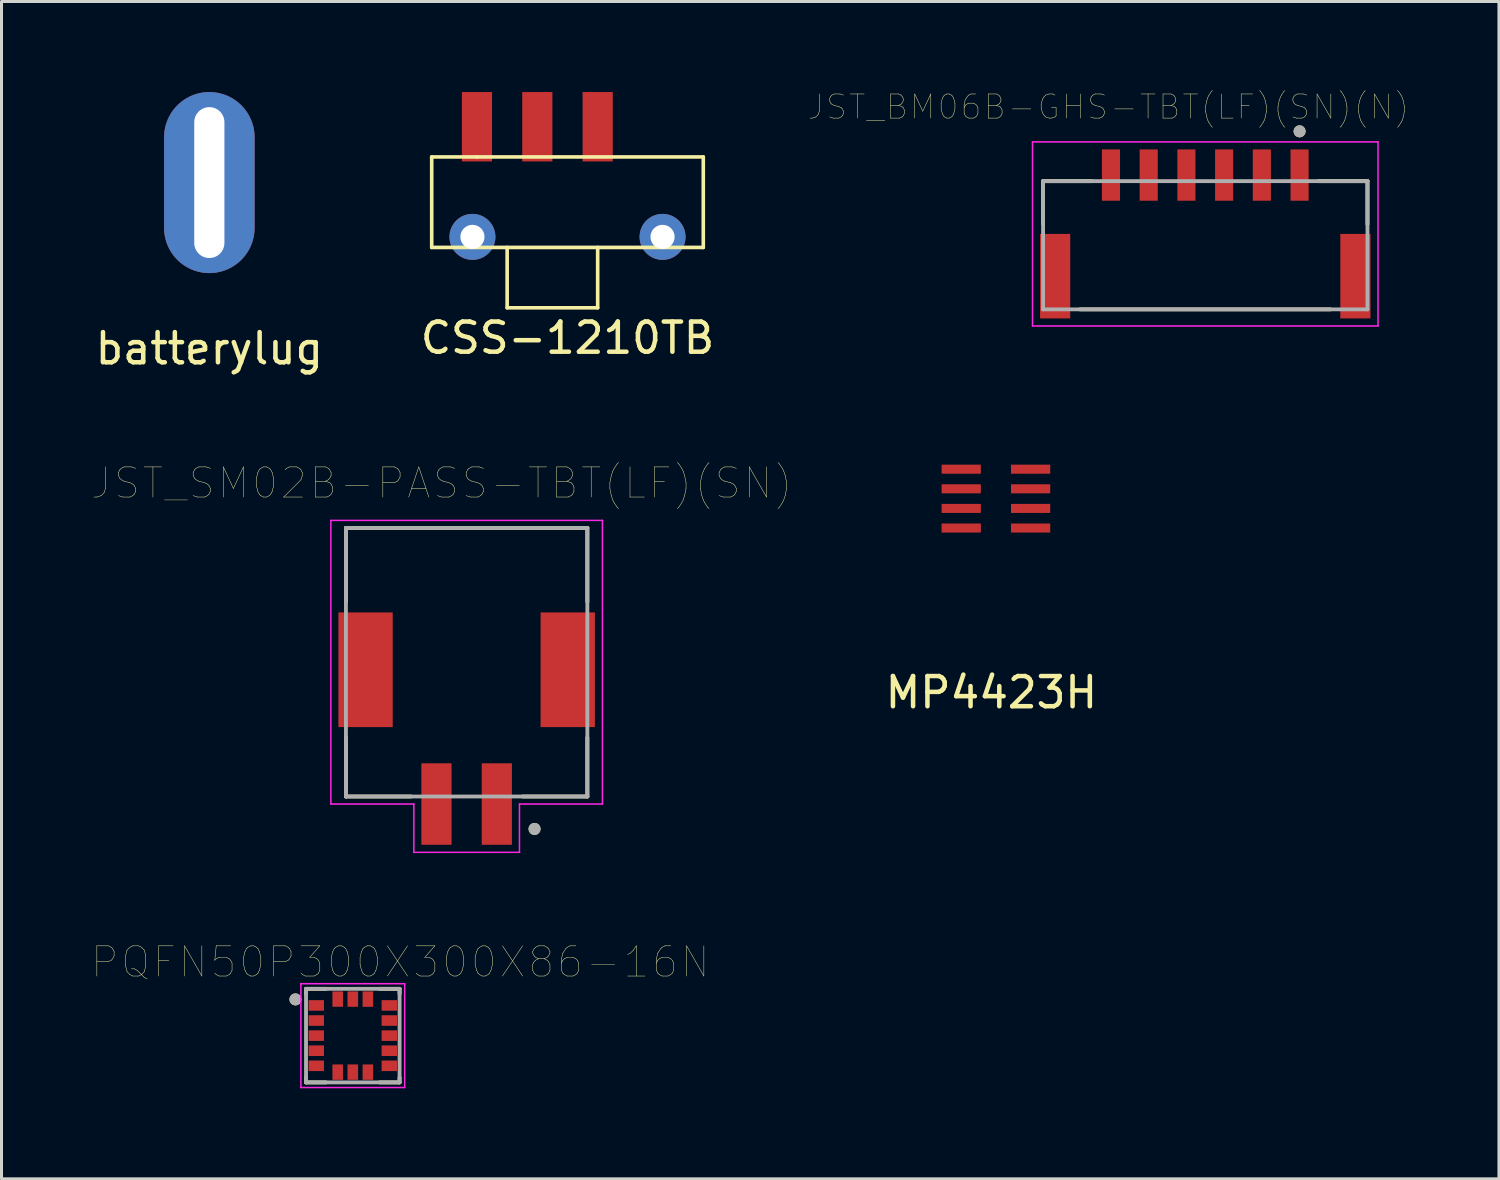
<source format=kicad_pcb>
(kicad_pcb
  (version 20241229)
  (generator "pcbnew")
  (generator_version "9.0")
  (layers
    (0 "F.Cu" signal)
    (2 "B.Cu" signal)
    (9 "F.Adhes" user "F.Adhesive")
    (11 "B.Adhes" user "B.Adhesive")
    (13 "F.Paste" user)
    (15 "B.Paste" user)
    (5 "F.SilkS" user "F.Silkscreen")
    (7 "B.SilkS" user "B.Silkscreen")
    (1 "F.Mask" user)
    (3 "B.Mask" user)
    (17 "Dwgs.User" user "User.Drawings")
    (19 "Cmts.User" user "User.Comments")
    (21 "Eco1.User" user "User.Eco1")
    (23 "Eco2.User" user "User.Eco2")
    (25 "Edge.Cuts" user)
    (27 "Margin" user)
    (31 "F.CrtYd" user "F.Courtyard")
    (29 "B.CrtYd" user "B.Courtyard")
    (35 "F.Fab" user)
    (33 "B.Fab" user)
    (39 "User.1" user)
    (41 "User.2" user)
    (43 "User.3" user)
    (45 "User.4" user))
  (footprint "batterylug"
    (layer "F.Cu")
    (at 3.887 8)
    (property "Reference" "batterylug" (at 0 0.5 0) (layer "F.SilkS") (effects (font (size 1 1) (thickness 0.15))))
    (attr through_hole)
    (pad "1" thru_hole oval (at 0 -5) (size 3 6) (drill oval 1 5) (layers "*.Cu" "*.Mask")))
  (footprint "JST_SM02B-PASS-TBT(LF)(SN)"
    (layer "F.Cu")
    (at 12.414 19.695)
    (property "Reference" "JST_SM02B-PASS-TBT(LF)(SN)" (at -0.825 -6.735 0) (layer "F.SilkS") (effects (font (size 1 1) (thickness 0.015))))
    (attr through_hole)
    (fp_line (start -4 -5.25) (end 4 -5.25) (stroke (width 0.127) (type solid)) (layer "F.SilkS"))
    (fp_line (start -4 -2.8) (end -4 -5.25) (stroke (width 0.127) (type solid)) (layer "F.SilkS"))
    (fp_line (start -4 1.7) (end -4 3.65) (stroke (width 0.127) (type solid)) (layer "F.SilkS"))
    (fp_line (start -4 3.65) (end -1.85 3.65) (stroke (width 0.127) (type solid)) (layer "F.SilkS"))
    (fp_line (start 4 -5.25) (end 4 -2.8) (stroke (width 0.127) (type solid)) (layer "F.SilkS"))
    (fp_line (start 4 1.7) (end 4 3.65) (stroke (width 0.127) (type solid)) (layer "F.SilkS"))
    (fp_line (start 4 3.65) (end 1.85 3.65) (stroke (width 0.127) (type solid)) (layer "F.SilkS"))
    (fp_circle (center 2.25 4.725) (end 2.35 4.725) (stroke (width 0.2) (type solid)) (fill no) (layer "F.SilkS"))
    (fp_line (start -4.5 -5.5) (end -4.5 3.9) (stroke (width 0.05) (type solid)) (layer "F.CrtYd"))
    (fp_line (start -4.5 3.9) (end -1.75 3.9) (stroke (width 0.05) (type solid)) (layer "F.CrtYd"))
    (fp_line (start -1.75 3.9) (end -1.75 5.5) (stroke (width 0.05) (type solid)) (layer "F.CrtYd"))
    (fp_line (start -1.75 5.5) (end 1.75 5.5) (stroke (width 0.05) (type solid)) (layer "F.CrtYd"))
    (fp_line (start 1.75 3.9) (end 4.5 3.9) (stroke (width 0.05) (type solid)) (layer "F.CrtYd"))
    (fp_line (start 1.75 5.5) (end 1.75 3.9) (stroke (width 0.05) (type solid)) (layer "F.CrtYd"))
    (fp_line (start 4.5 -5.5) (end -4.5 -5.5) (stroke (width 0.05) (type solid)) (layer "F.CrtYd"))
    (fp_line (start 4.5 3.9) (end 4.5 -5.5) (stroke (width 0.05) (type solid)) (layer "F.CrtYd"))
    (fp_line (start -4 -5.25) (end -4 3.65) (stroke (width 0.127) (type solid)) (layer "F.Fab"))
    (fp_line (start -4 -5.25) (end 4 -5.25) (stroke (width 0.127) (type solid)) (layer "F.Fab"))
    (fp_line (start -4 3.65) (end 4 3.65) (stroke (width 0.127) (type solid)) (layer "F.Fab"))
    (fp_line (start 4 3.65) (end 4 -5.25) (stroke (width 0.127) (type solid)) (layer "F.Fab"))
    (fp_circle (center 2.25 4.725) (end 2.35 4.725) (stroke (width 0.2) (type solid)) (fill no) (layer "F.Fab"))
    (pad "1" smd rect (at 1 3.9) (size 1 2.7) (layers "F.Cu" "F.Mask" "F.Paste"))
    (pad "2" smd rect (at -1 3.9) (size 1 2.7) (layers "F.Cu" "F.Mask" "F.Paste"))
    (pad "S1" smd rect (at 3.35 -0.55) (size 1.8 3.8) (layers "F.Cu" "F.Mask" "F.Paste"))
    (pad "S2" smd rect (at -3.35 -0.55) (size 1.8 3.8) (layers "F.Cu" "F.Mask" "F.Paste")))
  (footprint "CSS-1210TB"
    (layer "F.Cu")
    (at 15.756 1.15)
    (property "Reference" "CSS-1210TB" (at 0 7 0) (layer "F.SilkS") (effects (font (size 1 1) (thickness 0.15))))
    (attr through_hole)
    (fp_line (start -4.5 1) (end -4.5 4) (stroke (width 0.12) (type solid)) (layer "F.SilkS"))
    (fp_line (start -4.5 4) (end 4.5 4) (stroke (width 0.12) (type solid)) (layer "F.SilkS"))
    (fp_line (start -3 1) (end -4.5 1) (stroke (width 0.12) (type solid)) (layer "F.SilkS"))
    (fp_line (start -3 1) (end 4.5 1) (stroke (width 0.12) (type solid)) (layer "F.SilkS"))
    (fp_line (start -2 4) (end -2 6) (stroke (width 0.12) (type solid)) (layer "F.SilkS"))
    (fp_line (start -2 6) (end 1 6) (stroke (width 0.12) (type solid)) (layer "F.SilkS"))
    (fp_line (start 1 6) (end 1 4) (stroke (width 0.12) (type solid)) (layer "F.SilkS"))
    (fp_line (start 4.5 4) (end 4.5 1) (stroke (width 0.12) (type solid)) (layer "F.SilkS"))
    (pad "1" smd rect (at -3 0) (size 1 2.3) (layers "F.Cu" "F.Mask" "F.Paste"))
    (pad "2" smd rect (at -1 0) (size 1 2.3) (layers "F.Cu" "F.Mask" "F.Paste"))
    (pad "3" smd rect (at 1 0) (size 1 2.3) (layers "F.Cu" "F.Mask" "F.Paste"))
    (pad "4" thru_hole circle (at -3.15 3.65) (size 1.524 1.524) (drill 0.8) (layers "*.Cu" "*.Mask"))
    (pad "5" thru_hole circle (at 3.15 3.65) (size 1.524 1.524) (drill 0.8) (layers "*.Cu" "*.Mask")))
  (footprint "MP4423H"
    (layer "F.Cu")
    (at 29.953 13.448)
    (property "Reference" "MP4423H" (at -0.15 6.45 0) (layer "F.SilkS") (effects (font (size 1 1) (thickness 0.15))))
    (attr through_hole)
    (pad "1" smd rect (at -1.15 -0.95) (size 1.3 0.3) (layers "F.Cu" "F.Mask" "F.Paste"))
    (pad "2" smd rect (at -1.15 -0.3) (size 1.3 0.3) (layers "F.Cu" "F.Mask" "F.Paste"))
    (pad "3" smd rect (at -1.15 0.35) (size 1.3 0.3) (layers "F.Cu" "F.Mask" "F.Paste"))
    (pad "4" smd rect (at -1.15 1) (size 1.3 0.3) (layers "F.Cu" "F.Mask" "F.Paste"))
    (pad "5" smd rect (at 1.15 1) (size 1.3 0.3) (layers "F.Cu" "F.Mask" "F.Paste"))
    (pad "6" smd rect (at 1.15 0.35) (size 1.3 0.3) (layers "F.Cu" "F.Mask" "F.Paste"))
    (pad "7" smd rect (at 1.15 -0.3) (size 1.3 0.3) (layers "F.Cu" "F.Mask" "F.Paste"))
    (pad "8" smd rect (at 1.15 -0.95) (size 1.3 0.3) (layers "F.Cu" "F.Mask" "F.Paste")))
  (footprint "JST_BM06B-GHS-TBT(LF)(SN)(N)"
    (layer "F.Cu")
    (at 36.891 6.102)
    (property "Reference" "JST_BM06B-GHS-TBT(LF)(SN)(N)" (at -3.21 -5.608 0) (layer "F.SilkS") (effects (font (size 0.8 0.8) (thickness 0.015))))
    (attr through_hole)
    (fp_line (start -5.375 -3.15) (end -3.75 -3.15) (stroke (width 0.127) (type solid)) (layer "F.SilkS"))
    (fp_line (start -5.375 -1.72) (end -5.375 -3.15) (stroke (width 0.127) (type solid)) (layer "F.SilkS"))
    (fp_line (start -4.15 1.1) (end 4.15 1.1) (stroke (width 0.127) (type solid)) (layer "F.SilkS"))
    (fp_line (start 3.75 -3.15) (end 5.375 -3.15) (stroke (width 0.127) (type solid)) (layer "F.SilkS"))
    (fp_line (start 5.375 -1.72) (end 5.375 -3.15) (stroke (width 0.127) (type solid)) (layer "F.SilkS"))
    (fp_circle (center 3.125 -4.8) (end 3.225 -4.8) (stroke (width 0.2) (type solid)) (fill no) (layer "F.SilkS"))
    (fp_line (start -5.725 -4.45) (end 5.725 -4.45) (stroke (width 0.05) (type solid)) (layer "F.CrtYd"))
    (fp_line (start -5.725 1.65) (end -5.725 -4.45) (stroke (width 0.05) (type solid)) (layer "F.CrtYd"))
    (fp_line (start 5.725 -4.45) (end 5.725 1.65) (stroke (width 0.05) (type solid)) (layer "F.CrtYd"))
    (fp_line (start 5.725 1.65) (end -5.725 1.65) (stroke (width 0.05) (type solid)) (layer "F.CrtYd"))
    (fp_line (start -5.375 -3.15) (end 5.375 -3.15) (stroke (width 0.127) (type solid)) (layer "F.Fab"))
    (fp_line (start -5.375 1.1) (end -5.375 -3.15) (stroke (width 0.127) (type solid)) (layer "F.Fab"))
    (fp_line (start 5.375 -3.15) (end 5.375 1.1) (stroke (width 0.127) (type solid)) (layer "F.Fab"))
    (fp_line (start 5.375 1.1) (end -5.375 1.1) (stroke (width 0.127) (type solid)) (layer "F.Fab"))
    (fp_circle (center 3.125 -4.8) (end 3.225 -4.8) (stroke (width 0.2) (type solid)) (fill no) (layer "F.Fab"))
    (pad "1" smd rect (at 3.125 -3.35) (size 0.6 1.7) (layers "F.Cu" "F.Mask" "F.Paste"))
    (pad "2" smd rect (at 1.875 -3.35) (size 0.6 1.7) (layers "F.Cu" "F.Mask" "F.Paste"))
    (pad "3" smd rect (at 0.625 -3.35) (size 0.6 1.7) (layers "F.Cu" "F.Mask" "F.Paste"))
    (pad "4" smd rect (at -0.625 -3.35) (size 0.6 1.7) (layers "F.Cu" "F.Mask" "F.Paste"))
    (pad "5" smd rect (at -1.875 -3.35) (size 0.6 1.7) (layers "F.Cu" "F.Mask" "F.Paste"))
    (pad "6" smd rect (at -3.125 -3.35) (size 0.6 1.7) (layers "F.Cu" "F.Mask" "F.Paste"))
    (pad "S1" smd rect (at -4.975 0) (size 1 2.8) (layers "F.Cu" "F.Mask" "F.Paste"))
    (pad "S2" smd rect (at 4.975 0) (size 1 2.8) (layers "F.Cu" "F.Mask" "F.Paste")))
  (footprint "PQFN50P300X300X86-16N"
    (layer "F.Cu")
    (at 8.641 31.269)
    (property "Reference" "PQFN50P300X300X86-16N" (at 1.576 -2.437 0) (layer "F.SilkS") (effects (font (size 1.001 1.001) (thickness 0.015))))
    (attr through_hole)
    (fp_line (start -1.55 -1.55) (end -1.55 -1.39) (stroke (width 0.127) (type solid)) (layer "F.SilkS"))
    (fp_line (start -1.55 1.55) (end -1.55 1.39) (stroke (width 0.127) (type solid)) (layer "F.SilkS"))
    (fp_line (start -0.89 -1.55) (end -1.55 -1.55) (stroke (width 0.127) (type solid)) (layer "F.SilkS"))
    (fp_line (start -0.89 1.55) (end -1.55 1.55) (stroke (width 0.127) (type solid)) (layer "F.SilkS"))
    (fp_line (start 0.89 -1.55) (end 1.55 -1.55) (stroke (width 0.127) (type solid)) (layer "F.SilkS"))
    (fp_line (start 0.89 1.55) (end 1.55 1.55) (stroke (width 0.127) (type solid)) (layer "F.SilkS"))
    (fp_line (start 1.55 -1.55) (end 1.55 -1.39) (stroke (width 0.127) (type solid)) (layer "F.SilkS"))
    (fp_line (start 1.55 1.55) (end 1.55 1.39) (stroke (width 0.127) (type solid)) (layer "F.SilkS"))
    (fp_circle (center -1.9 -1.2) (end -1.8 -1.2) (stroke (width 0.2) (type solid)) (fill no) (layer "F.SilkS"))
    (fp_line (start -1.72 -1.72) (end 1.72 -1.72) (stroke (width 0.05) (type solid)) (layer "F.CrtYd"))
    (fp_line (start -1.72 1.72) (end -1.72 -1.72) (stroke (width 0.05) (type solid)) (layer "F.CrtYd"))
    (fp_line (start 1.72 -1.72) (end 1.72 1.72) (stroke (width 0.05) (type solid)) (layer "F.CrtYd"))
    (fp_line (start 1.72 1.72) (end -1.72 1.72) (stroke (width 0.05) (type solid)) (layer "F.CrtYd"))
    (fp_line (start -1.55 -1.55) (end 1.55 -1.55) (stroke (width 0.127) (type solid)) (layer "F.Fab"))
    (fp_line (start -1.55 1.55) (end -1.55 -1.55) (stroke (width 0.127) (type solid)) (layer "F.Fab"))
    (fp_line (start 1.55 -1.55) (end 1.55 1.55) (stroke (width 0.127) (type solid)) (layer "F.Fab"))
    (fp_line (start 1.55 1.55) (end -1.55 1.55) (stroke (width 0.127) (type solid)) (layer "F.Fab"))
    (fp_circle (center -1.9 -1.2) (end -1.8 -1.2) (stroke (width 0.2) (type solid)) (fill no) (layer "F.Fab"))
    (pad "1" smd rect (at -1.21 -1) (size 0.51 0.35) (layers "F.Cu" "F.Mask" "F.Paste"))
    (pad "2" smd rect (at -1.21 -0.5) (size 0.51 0.35) (layers "F.Cu" "F.Mask" "F.Paste"))
    (pad "3" smd rect (at -1.21 0) (size 0.51 0.35) (layers "F.Cu" "F.Mask" "F.Paste"))
    (pad "4" smd rect (at -1.21 0.5) (size 0.51 0.35) (layers "F.Cu" "F.Mask" "F.Paste"))
    (pad "5" smd rect (at -1.21 1) (size 0.51 0.35) (layers "F.Cu" "F.Mask" "F.Paste"))
    (pad "6" smd rect (at -0.5 1.21) (size 0.35 0.51) (layers "F.Cu" "F.Mask" "F.Paste"))
    (pad "7" smd rect (at 0 1.21) (size 0.35 0.51) (layers "F.Cu" "F.Mask" "F.Paste"))
    (pad "8" smd rect (at 0.5 1.21) (size 0.35 0.51) (layers "F.Cu" "F.Mask" "F.Paste"))
    (pad "9" smd rect (at 1.21 1) (size 0.51 0.35) (layers "F.Cu" "F.Mask" "F.Paste"))
    (pad "10" smd rect (at 1.21 0.5) (size 0.51 0.35) (layers "F.Cu" "F.Mask" "F.Paste"))
    (pad "11" smd rect (at 1.21 0) (size 0.51 0.35) (layers "F.Cu" "F.Mask" "F.Paste"))
    (pad "12" smd rect (at 1.21 -0.5) (size 0.51 0.35) (layers "F.Cu" "F.Mask" "F.Paste"))
    (pad "13" smd rect (at 1.21 -1) (size 0.51 0.35) (layers "F.Cu" "F.Mask" "F.Paste"))
    (pad "14" smd rect (at 0.5 -1.21) (size 0.35 0.51) (layers "F.Cu" "F.Mask" "F.Paste"))
    (pad "15" smd rect (at 0 -1.21) (size 0.35 0.51) (layers "F.Cu" "F.Mask" "F.Paste"))
    (pad "16" smd rect (at -0.5 -1.21) (size 0.35 0.51) (layers "F.Cu" "F.Mask" "F.Paste")))
  (gr_rect
    (start -3 -3)
    (end 46.623 36.014)
    (stroke (width 0.1) (type default))
    (fill no)
    (layer "Edge.Cuts")))
</source>
